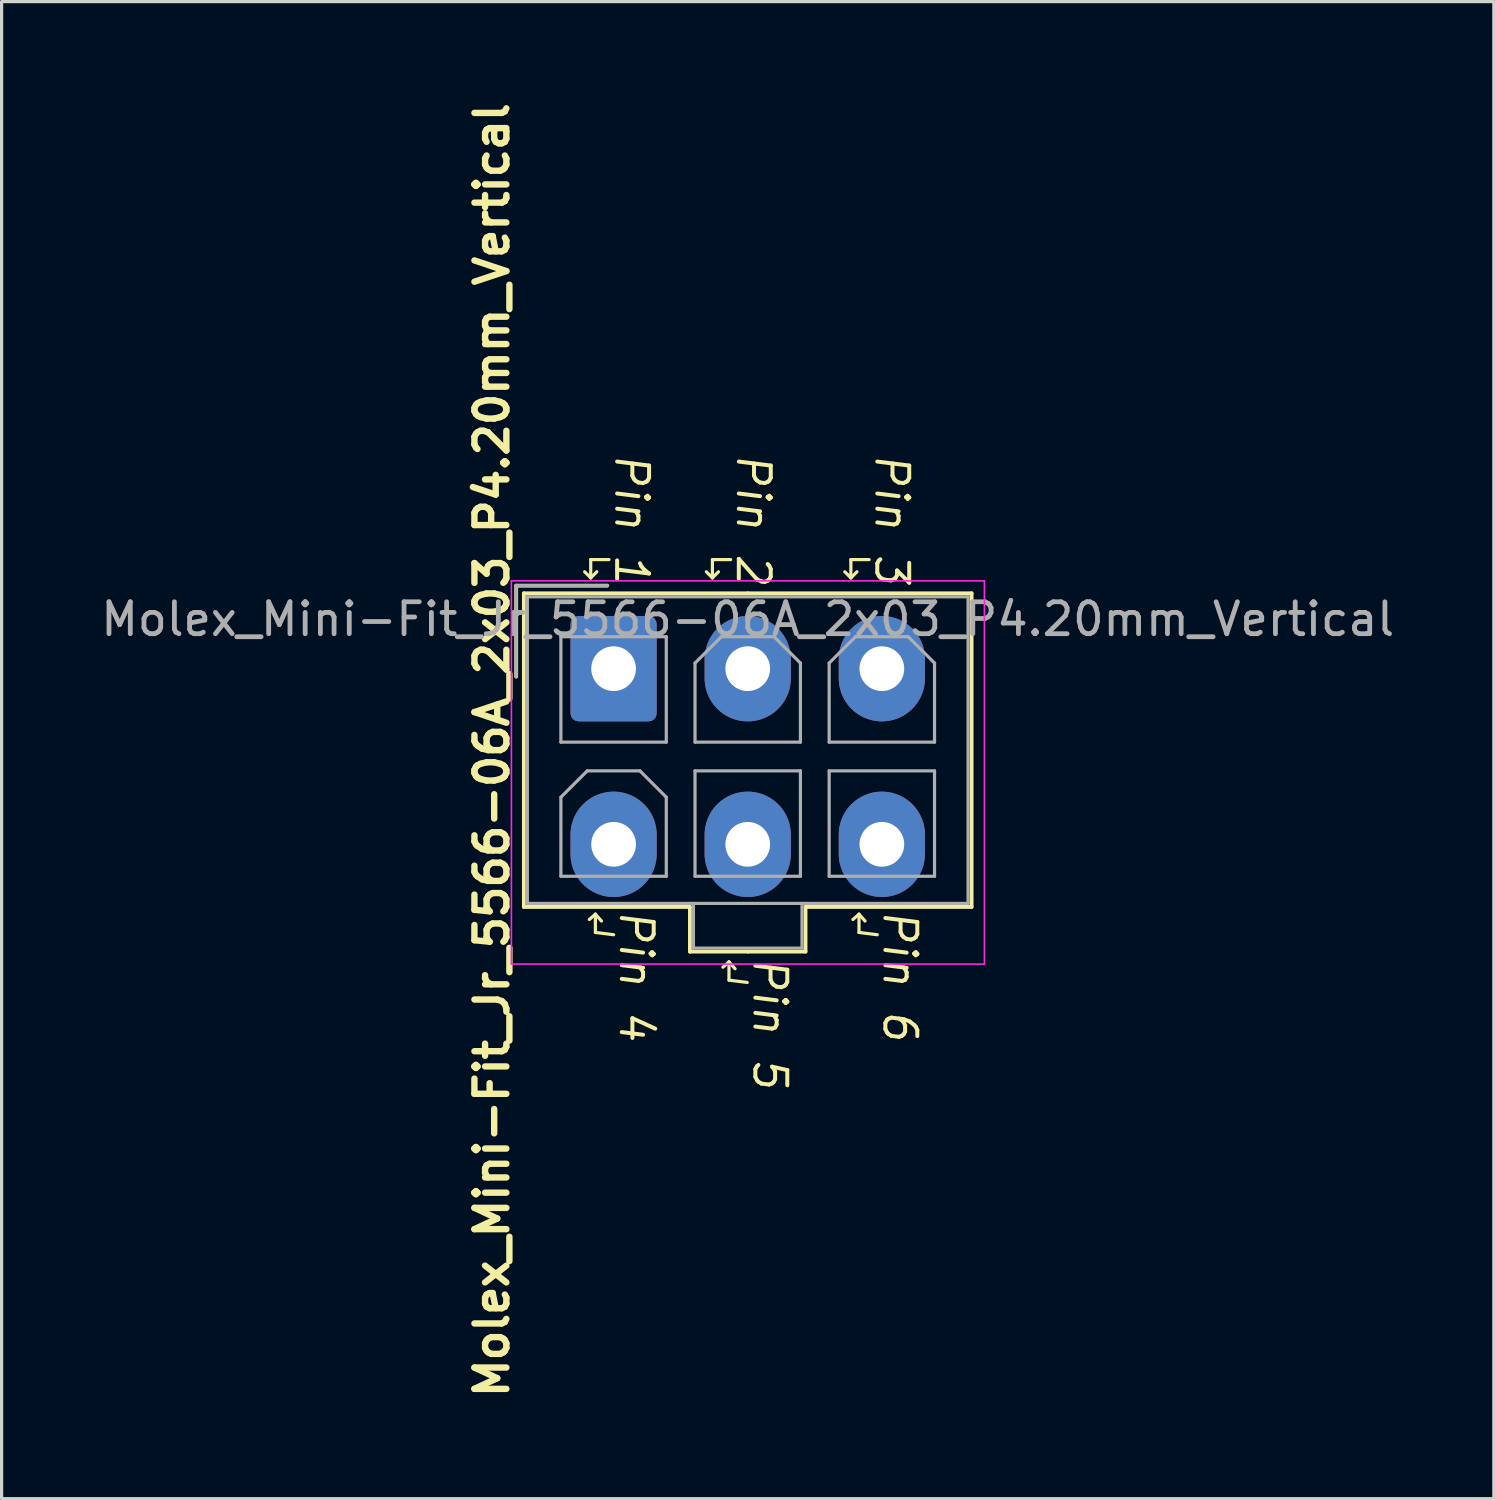
<source format=kicad_pcb>
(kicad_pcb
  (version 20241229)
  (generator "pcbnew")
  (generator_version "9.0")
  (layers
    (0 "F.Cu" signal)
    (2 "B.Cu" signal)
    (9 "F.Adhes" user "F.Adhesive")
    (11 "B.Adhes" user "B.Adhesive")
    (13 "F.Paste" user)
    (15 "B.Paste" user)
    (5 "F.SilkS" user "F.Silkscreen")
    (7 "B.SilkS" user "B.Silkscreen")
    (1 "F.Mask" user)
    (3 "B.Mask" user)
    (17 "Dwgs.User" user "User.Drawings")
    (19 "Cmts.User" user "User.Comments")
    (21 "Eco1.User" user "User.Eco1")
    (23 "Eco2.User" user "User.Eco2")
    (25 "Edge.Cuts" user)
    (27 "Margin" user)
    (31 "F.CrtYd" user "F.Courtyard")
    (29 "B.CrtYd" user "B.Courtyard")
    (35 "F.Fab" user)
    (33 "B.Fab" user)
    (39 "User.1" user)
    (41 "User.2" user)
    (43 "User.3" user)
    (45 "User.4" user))
  (footprint "Molex_Mini-Fit_Jr_5566-06A_2x03_P4.20mm_Vertical"
    (layer "F.Cu")
    (at 16.163 17.888)
    (property "Reference" "Molex_Mini-Fit_Jr_5566-06A_2x03_P4.20mm_Vertical" (at -3.81 2.55 90) (layer "F.SilkS") (effects (font (size 1 1) (thickness 0.2) (bold yes))))
    (attr through_hole)
    (fp_line (start -3.05 -2.6) (end -3.05 0.25) (stroke (width 0.12) (type solid)) (layer "F.SilkS"))
    (fp_line (start -2.81 -2.36) (end -2.81 7.46) (stroke (width 0.12) (type solid)) (layer "F.SilkS"))
    (fp_line (start -2.81 7.46) (end 2.39 7.46) (stroke (width 0.12) (type solid)) (layer "F.SilkS"))
    (fp_line (start -0.2 -2.6) (end -3.05 -2.6) (stroke (width 0.12) (type solid)) (layer "F.SilkS"))
    (fp_line (start 2.39 7.46) (end 2.39 8.86) (stroke (width 0.12) (type solid)) (layer "F.SilkS"))
    (fp_line (start 2.39 8.86) (end 4.2 8.86) (stroke (width 0.12) (type solid)) (layer "F.SilkS"))
    (fp_line (start 4.2 -2.36) (end -2.81 -2.36) (stroke (width 0.12) (type solid)) (layer "F.SilkS"))
    (fp_line (start 4.2 -2.36) (end 11.21 -2.36) (stroke (width 0.12) (type solid)) (layer "F.SilkS"))
    (fp_line (start 6.01 7.46) (end 6.01 8.86) (stroke (width 0.12) (type solid)) (layer "F.SilkS"))
    (fp_line (start 6.01 8.86) (end 4.2 8.86) (stroke (width 0.12) (type solid)) (layer "F.SilkS"))
    (fp_line (start 11.21 -2.36) (end 11.21 7.46) (stroke (width 0.12) (type solid)) (layer "F.SilkS"))
    (fp_line (start 11.21 7.46) (end 6.01 7.46) (stroke (width 0.12) (type solid)) (layer "F.SilkS"))
    (fp_line (start -3.2 -2.75) (end -3.2 9.25) (stroke (width 0.05) (type solid)) (layer "F.CrtYd"))
    (fp_line (start -3.2 9.25) (end 11.61 9.25) (stroke (width 0.05) (type solid)) (layer "F.CrtYd"))
    (fp_line (start 11.61 -2.75) (end -3.2 -2.75) (stroke (width 0.05) (type solid)) (layer "F.CrtYd"))
    (fp_line (start 11.61 9.25) (end 11.61 -2.75) (stroke (width 0.05) (type solid)) (layer "F.CrtYd"))
    (fp_line (start -3.05 -2.6) (end -3.05 0.25) (stroke (width 0.1) (type solid)) (layer "F.Fab"))
    (fp_line (start -2.7 -2.25) (end -2.7 7.35) (stroke (width 0.1) (type solid)) (layer "F.Fab"))
    (fp_line (start -2.7 7.35) (end 11.1 7.35) (stroke (width 0.1) (type solid)) (layer "F.Fab"))
    (fp_line (start -1.65 -1) (end -1.65 2.3) (stroke (width 0.1) (type solid)) (layer "F.Fab"))
    (fp_line (start -1.65 2.3) (end 1.65 2.3) (stroke (width 0.1) (type solid)) (layer "F.Fab"))
    (fp_line (start -1.65 4.025) (end -0.825 3.2) (stroke (width 0.1) (type solid)) (layer "F.Fab"))
    (fp_line (start -1.65 6.5) (end -1.65 4.025) (stroke (width 0.1) (type solid)) (layer "F.Fab"))
    (fp_line (start -0.825 3.2) (end 0.825 3.2) (stroke (width 0.1) (type solid)) (layer "F.Fab"))
    (fp_line (start -0.2 -2.6) (end -3.05 -2.6) (stroke (width 0.1) (type solid)) (layer "F.Fab"))
    (fp_line (start 0.825 3.2) (end 1.65 4.025) (stroke (width 0.1) (type solid)) (layer "F.Fab"))
    (fp_line (start 1.65 -1) (end -1.65 -1) (stroke (width 0.1) (type solid)) (layer "F.Fab"))
    (fp_line (start 1.65 2.3) (end 1.65 -1) (stroke (width 0.1) (type solid)) (layer "F.Fab"))
    (fp_line (start 1.65 4.025) (end 1.65 6.5) (stroke (width 0.1) (type solid)) (layer "F.Fab"))
    (fp_line (start 1.65 6.5) (end -1.65 6.5) (stroke (width 0.1) (type solid)) (layer "F.Fab"))
    (fp_line (start 2.5 7.35) (end 2.5 8.75) (stroke (width 0.1) (type solid)) (layer "F.Fab"))
    (fp_line (start 2.5 8.75) (end 5.9 8.75) (stroke (width 0.1) (type solid)) (layer "F.Fab"))
    (fp_line (start 2.55 -0.175) (end 3.375 -1) (stroke (width 0.1) (type solid)) (layer "F.Fab"))
    (fp_line (start 2.55 2.3) (end 2.55 -0.175) (stroke (width 0.1) (type solid)) (layer "F.Fab"))
    (fp_line (start 2.55 3.2) (end 2.55 6.5) (stroke (width 0.1) (type solid)) (layer "F.Fab"))
    (fp_line (start 2.55 6.5) (end 5.85 6.5) (stroke (width 0.1) (type solid)) (layer "F.Fab"))
    (fp_line (start 3.375 -1) (end 5.025 -1) (stroke (width 0.1) (type solid)) (layer "F.Fab"))
    (fp_line (start 5.025 -1) (end 5.85 -0.175) (stroke (width 0.1) (type solid)) (layer "F.Fab"))
    (fp_line (start 5.85 -0.175) (end 5.85 2.3) (stroke (width 0.1) (type solid)) (layer "F.Fab"))
    (fp_line (start 5.85 2.3) (end 2.55 2.3) (stroke (width 0.1) (type solid)) (layer "F.Fab"))
    (fp_line (start 5.85 3.2) (end 2.55 3.2) (stroke (width 0.1) (type solid)) (layer "F.Fab"))
    (fp_line (start 5.85 6.5) (end 5.85 3.2) (stroke (width 0.1) (type solid)) (layer "F.Fab"))
    (fp_line (start 5.9 8.75) (end 5.9 7.35) (stroke (width 0.1) (type solid)) (layer "F.Fab"))
    (fp_line (start 6.75 -0.175) (end 7.575 -1) (stroke (width 0.1) (type solid)) (layer "F.Fab"))
    (fp_line (start 6.75 2.3) (end 6.75 -0.175) (stroke (width 0.1) (type solid)) (layer "F.Fab"))
    (fp_line (start 6.75 3.2) (end 6.75 6.5) (stroke (width 0.1) (type solid)) (layer "F.Fab"))
    (fp_line (start 6.75 6.5) (end 10.05 6.5) (stroke (width 0.1) (type solid)) (layer "F.Fab"))
    (fp_line (start 7.575 -1) (end 9.225 -1) (stroke (width 0.1) (type solid)) (layer "F.Fab"))
    (fp_line (start 9.225 -1) (end 10.05 -0.175) (stroke (width 0.1) (type solid)) (layer "F.Fab"))
    (fp_line (start 10.05 -0.175) (end 10.05 2.3) (stroke (width 0.1) (type solid)) (layer "F.Fab"))
    (fp_line (start 10.05 2.3) (end 6.75 2.3) (stroke (width 0.1) (type solid)) (layer "F.Fab"))
    (fp_line (start 10.05 3.2) (end 6.75 3.2) (stroke (width 0.1) (type solid)) (layer "F.Fab"))
    (fp_line (start 10.05 6.5) (end 10.05 3.2) (stroke (width 0.1) (type solid)) (layer "F.Fab"))
    (fp_line (start 11.1 -2.25) (end -2.7 -2.25) (stroke (width 0.1) (type solid)) (layer "F.Fab"))
    (fp_line (start 11.1 7.35) (end 11.1 -2.25) (stroke (width 0.1) (type solid)) (layer "F.Fab"))
    (fp_text user "Pin 1" (at -0.018 -2.54 270) (unlocked yes) (layer "F.SilkS") (effects (font (size 1 1) (thickness 0.125) (italic yes)) (justify right bottom)))
    (fp_text user "↳" (at 2.776 -2.54 270) (unlocked yes) (layer "F.SilkS") (effects (font (size 1 1) (thickness 0.1)) (justify right bottom)))
    (fp_text user "Pin 6" (at 8.381 7.493 270) (unlocked yes) (layer "F.SilkS") (effects (font (size 1 1) (thickness 0.125) (italic yes)) (justify left bottom)))
    (fp_text user "Pin 5" (at 4.31 8.987 270) (unlocked yes) (layer "F.SilkS") (effects (font (size 1 1) (thickness 0.125) (italic yes)) (justify left bottom)))
    (fp_text user "↲" (at -0.888 7.366 270) (unlocked yes) (layer "F.SilkS") (effects (font (size 1 1) (thickness 0.1) (italic yes)) (justify left bottom)))
    (fp_text user "↲" (at 7.366 7.366 270) (unlocked yes) (layer "F.SilkS") (effects (font (size 1 1) (thickness 0.1) (italic yes)) (justify left bottom)))
    (fp_text user "Pin 3" (at 8.128 -2.54 270) (unlocked yes) (layer "F.SilkS") (effects (font (size 1 1) (thickness 0.125) (italic yes)) (justify right bottom)))
    (fp_text user "Pin 2" (at 3.792 -2.54 270) (unlocked yes) (layer "F.SilkS") (effects (font (size 1 1) (thickness 0.125) (italic yes)) (justify right bottom)))
    (fp_text user "Pin 4" (at 0.127 7.493 270) (unlocked yes) (layer "F.SilkS") (effects (font (size 1 1) (thickness 0.125) (italic yes)) (justify left bottom)))
    (fp_text user "↲" (at 3.295 8.86 270) (unlocked yes) (layer "F.SilkS") (effects (font (size 1 1) (thickness 0.1) (italic yes)) (justify left bottom)))
    (fp_text user "↳" (at 7.112 -2.54 270) (unlocked yes) (layer "F.SilkS") (effects (font (size 1 1) (thickness 0.1)) (justify right bottom)))
    (fp_text user "↳" (at -1.034 -2.54 270) (unlocked yes) (layer "F.SilkS") (effects (font (size 1 1) (thickness 0.1)) (justify right bottom)))
    (fp_text user "${REFERENCE}" (at 4.2 -1.55 0) (layer "F.Fab") (effects (font (size 1 1) (thickness 0.15))))
    (pad "1" thru_hole roundrect (at 0 0) (size 2.7 3.3) (drill 1.4) (layers "*.Cu" "*.Mask") (roundrect_rratio 0.093))
    (pad "2" thru_hole oval (at 4.2 0) (size 2.7 3.3) (drill 1.4) (layers "*.Cu" "*.Mask"))
    (pad "3" thru_hole oval (at 8.4 0) (size 2.7 3.3) (drill 1.4) (layers "*.Cu" "*.Mask"))
    (pad "4" thru_hole oval (at 0 5.5) (size 2.7 3.3) (drill 1.4) (layers "*.Cu" "*.Mask"))
    (pad "5" thru_hole oval (at 4.2 5.5) (size 2.7 3.3) (drill 1.4) (layers "*.Cu" "*.Mask"))
    (pad "6" thru_hole oval (at 8.4 5.5) (size 2.7 3.3) (drill 1.4) (layers "*.Cu" "*.Mask")))
  (gr_rect
    (start -3 -3)
    (end 43.726 43.876)
    (stroke (width 0.1) (type default))
    (fill no)
    (layer "Edge.Cuts")))
</source>
